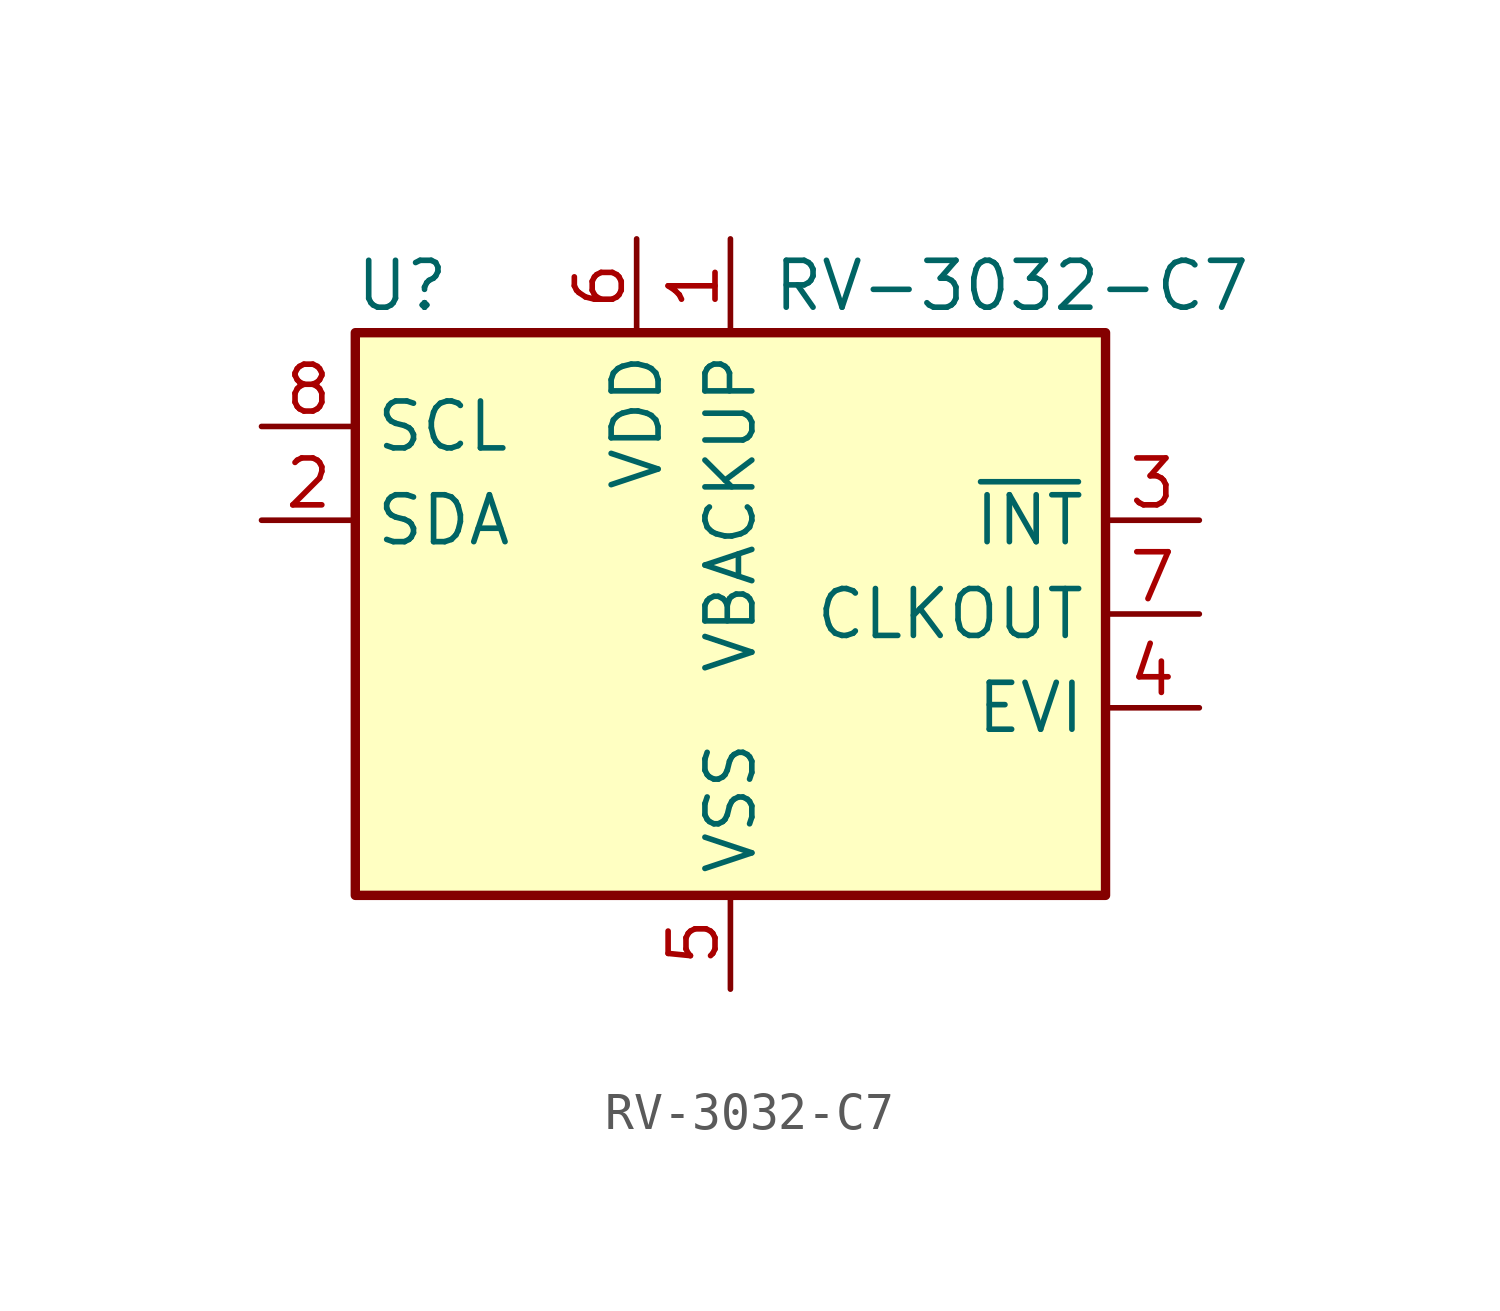
<source format=kicad_sym>
(kicad_symbol_lib
  (version 20241209)
  (generator "kicad_symbol_editor")
  (generator_version "9.0")
  (symbol "RV-3032-C7"
    (property "Reference" "U"
      (at -8.89 8.89 0)
      (effects (font (size 1.27 1.27))))
    (property "Value" "RV-3032-C7"
      (at 7.62 8.89 0)
      (effects (font (size 1.27 1.27))))
    (symbol "RV-3032-C7_0_1"
      (rectangle (start -10.16 7.62) (end 10.16 -7.62) (stroke (width 0.254) (type default)) (fill (type background))))
    (symbol "RV-3032-C7_1_1"
      (pin input line (at -12.7 5.08 0) (length 2.54) (name "SCL" (effects (font (size 1.27 1.27)))) (number "8" (effects (font (size 1.27 1.27)))))
      (pin bidirectional line (at -12.7 2.54 0) (length 2.54) (name "SDA" (effects (font (size 1.27 1.27)))) (number "2" (effects (font (size 1.27 1.27)))))
      (pin power_in line (at -2.54 10.16 270) (length 2.54) (name "VDD" (effects (font (size 1.27 1.27)))) (number "6" (effects (font (size 1.27 1.27)))))
      (pin power_in line (at 0 10.16 270) (length 2.54) (name "VBACKUP" (effects (font (size 1.27 1.27)))) (number "1" (effects (font (size 1.27 1.27)))))
      (pin power_in line (at 0 -10.16 90) (length 2.54) (name "VSS" (effects (font (size 1.27 1.27)))) (number "5" (effects (font (size 1.27 1.27)))))
      (pin open_collector line (at 12.7 2.54 180) (length 2.54) (name "~{INT}" (effects (font (size 1.27 1.27)))) (number "3" (effects (font (size 1.27 1.27)))))
      (pin output line (at 12.7 0 180) (length 2.54) (name "CLKOUT" (effects (font (size 1.27 1.27)))) (number "7" (effects (font (size 1.27 1.27)))))
      (pin input line (at 12.7 -2.54 180) (length 2.54) (name "EVI" (effects (font (size 1.27 1.27)))) (number "4" (effects (font (size 1.27 1.27))))))))
</source>
